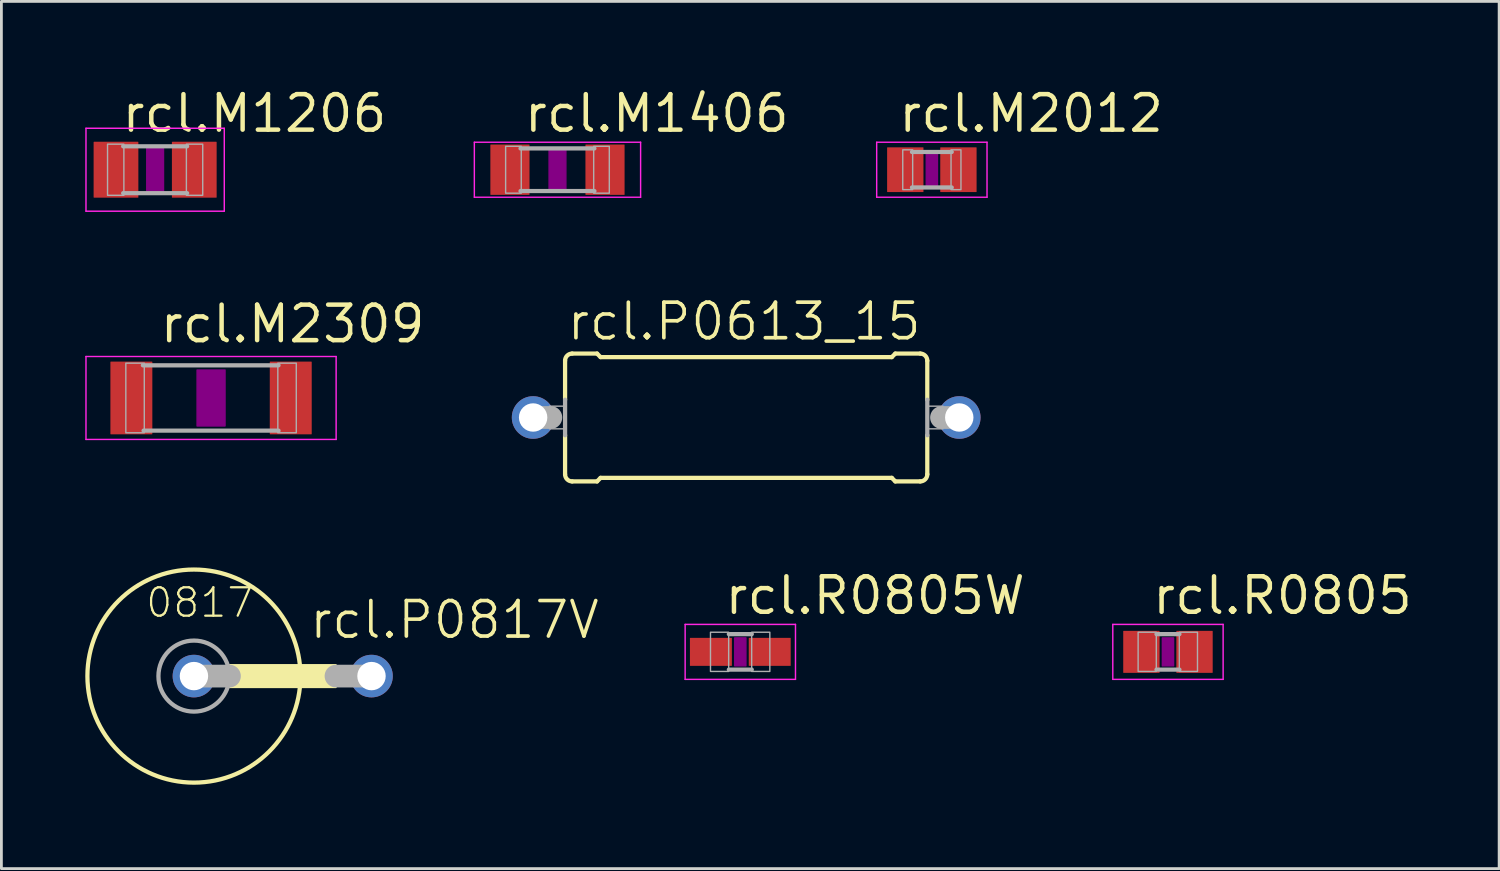
<source format=kicad_pcb>
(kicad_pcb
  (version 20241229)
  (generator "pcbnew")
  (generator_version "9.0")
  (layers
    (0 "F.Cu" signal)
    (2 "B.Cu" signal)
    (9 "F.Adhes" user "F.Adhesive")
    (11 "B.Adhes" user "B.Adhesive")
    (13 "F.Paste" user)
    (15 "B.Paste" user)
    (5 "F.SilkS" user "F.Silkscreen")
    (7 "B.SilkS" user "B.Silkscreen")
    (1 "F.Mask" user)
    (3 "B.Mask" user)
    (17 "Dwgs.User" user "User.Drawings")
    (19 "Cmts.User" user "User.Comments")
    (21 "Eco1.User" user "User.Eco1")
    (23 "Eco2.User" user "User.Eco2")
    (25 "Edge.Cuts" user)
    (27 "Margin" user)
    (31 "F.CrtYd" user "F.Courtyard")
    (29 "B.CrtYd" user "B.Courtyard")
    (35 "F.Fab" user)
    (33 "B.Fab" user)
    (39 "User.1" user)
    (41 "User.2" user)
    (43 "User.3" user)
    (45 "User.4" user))
  (footprint "rcl.R0805W"
    (layer "F.Cu")
    (at 23.426 20.263)
    (property "Reference" "rcl.R0805W" (at -0.635 -1.27 0) (layer "F.SilkS") (effects (font (size 1.27 1.27) (thickness 0.16)) (justify left bottom)))
    (attr smd)
    (fp_rect (start -0.2 0.5) (end 0.2 -0.5) (stroke (width 0.05) (type default)) (fill yes) (layer "F.Adhes"))
    (fp_line (start -1.973 -0.983) (end 1.973 -0.983) (stroke (width 0.051) (type default)) (layer "F.CrtYd"))
    (fp_line (start -1.973 0.983) (end -1.973 -0.983) (stroke (width 0.051) (type default)) (layer "F.CrtYd"))
    (fp_line (start 1.973 -0.983) (end 1.973 0.983) (stroke (width 0.051) (type default)) (layer "F.CrtYd"))
    (fp_line (start 1.973 0.983) (end -1.973 0.983) (stroke (width 0.051) (type default)) (layer "F.CrtYd"))
    (fp_line (start -0.41 -0.635) (end 0.41 -0.635) (stroke (width 0.152) (type default)) (layer "F.Fab"))
    (fp_line (start -0.41 0.635) (end 0.41 0.635) (stroke (width 0.152) (type default)) (layer "F.Fab"))
    (fp_rect (start -1.067 0.699) (end -0.417 -0.702) (stroke (width 0.05) (type default)) (fill no) (layer "F.Fab"))
    (fp_rect (start 0.406 0.699) (end 1.056 -0.702) (stroke (width 0.05) (type default)) (fill no) (layer "F.Fab"))
    (pad "1" smd roundrect (at -1.052 0) (size 1.5 1) (layers "F.Cu" "F.Mask" "F.Paste") (roundrect_rratio 0.01))
    (pad "2" smd roundrect (at 1.052 0) (size 1.5 1) (layers "F.Cu" "F.Mask" "F.Paste") (roundrect_rratio 0.01)))
  (footprint "rcl.P0613_15"
    (layer "F.Cu")
    (at 23.636 11.881)
    (property "Reference" "rcl.P0613_15" (at -6.477 -2.692 0) (layer "F.SilkS") (effects (font (size 1.27 1.27) (thickness 0.13)) (justify left bottom)))
    (attr through_hole)
    (fp_line (start -6.477 -0.635) (end -6.477 -2.032) (stroke (width 0.152) (type default)) (layer "F.SilkS"))
    (fp_line (start -6.477 2.032) (end -6.477 0.635) (stroke (width 0.152) (type default)) (layer "F.SilkS"))
    (fp_line (start -6.223 -2.286) (end -5.334 -2.286) (stroke (width 0.152) (type default)) (layer "F.SilkS"))
    (fp_line (start -6.223 2.286) (end -5.334 2.286) (stroke (width 0.152) (type default)) (layer "F.SilkS"))
    (fp_line (start -5.207 -2.159) (end -5.334 -2.286) (stroke (width 0.152) (type default)) (layer "F.SilkS"))
    (fp_line (start -5.207 2.159) (end -5.334 2.286) (stroke (width 0.152) (type default)) (layer "F.SilkS"))
    (fp_line (start 5.207 -2.159) (end -5.207 -2.159) (stroke (width 0.152) (type default)) (layer "F.SilkS"))
    (fp_line (start 5.207 -2.159) (end 5.334 -2.286) (stroke (width 0.152) (type default)) (layer "F.SilkS"))
    (fp_line (start 5.207 2.159) (end -5.207 2.159) (stroke (width 0.152) (type default)) (layer "F.SilkS"))
    (fp_line (start 5.207 2.159) (end 5.334 2.286) (stroke (width 0.152) (type default)) (layer "F.SilkS"))
    (fp_line (start 6.223 -2.286) (end 5.334 -2.286) (stroke (width 0.152) (type default)) (layer "F.SilkS"))
    (fp_line (start 6.223 2.286) (end 5.334 2.286) (stroke (width 0.152) (type default)) (layer "F.SilkS"))
    (fp_line (start 6.477 -2.032) (end 6.477 -0.635) (stroke (width 0.152) (type default)) (layer "F.SilkS"))
    (fp_line (start 6.477 0.635) (end 6.477 2.032) (stroke (width 0.152) (type default)) (layer "F.SilkS"))
    (fp_arc (start -6.477 -2.032) (mid -6.402605 -2.211605) (end -6.223 -2.286) (stroke (width 0.1524) (type default)) (layer "F.SilkS"))
    (fp_arc (start -6.223 2.286) (mid -6.402605 2.211605) (end -6.477 2.032) (stroke (width 0.1524) (type default)) (layer "F.SilkS"))
    (fp_arc (start 6.223 -2.286) (mid 6.402605 -2.211605) (end 6.477 -2.032) (stroke (width 0.1524) (type default)) (layer "F.SilkS"))
    (fp_arc (start 6.477 2.032) (mid 6.402605 2.211605) (end 6.223 2.286) (stroke (width 0.1524) (type default)) (layer "F.SilkS"))
    (fp_line (start -7.62 0) (end -6.985 0) (stroke (width 0.813) (type default)) (layer "F.Fab"))
    (fp_line (start -6.477 -0.635) (end -6.477 0.635) (stroke (width 0.152) (type default)) (layer "F.Fab"))
    (fp_line (start 6.477 0.635) (end 6.477 -0.635) (stroke (width 0.152) (type default)) (layer "F.Fab"))
    (fp_line (start 7.62 0) (end 6.985 0) (stroke (width 0.813) (type default)) (layer "F.Fab"))
    (fp_rect (start -7.036 0.406) (end -6.477 -0.406) (stroke (width 0.05) (type default)) (fill no) (layer "F.Fab"))
    (fp_rect (start 6.477 0.406) (end 7.036 -0.406) (stroke (width 0.05) (type default)) (fill no) (layer "F.Fab"))
    (pad "1" thru_hole circle (at -7.62 0) (size 1.524 1.524) (drill 1.016) (layers "*.Cu" "*.Mask"))
    (pad "2" thru_hole circle (at 7.62 0) (size 1.524 1.524) (drill 1.016) (layers "*.Cu" "*.Mask")))
  (footprint "rcl.M1206"
    (layer "F.Cu")
    (at 2.498 3.02)
    (property "Reference" "rcl.M1206" (at -1.27 -1.27 0) (layer "F.SilkS") (effects (font (size 1.27 1.27) (thickness 0.16)) (justify left bottom)))
    (attr smd)
    (fp_rect (start -0.3 0.8) (end 0.3 -0.8) (stroke (width 0.05) (type default)) (fill yes) (layer "F.Adhes"))
    (fp_line (start -2.473 -1.483) (end 2.473 -1.483) (stroke (width 0.051) (type default)) (layer "F.CrtYd"))
    (fp_line (start -2.473 1.483) (end -2.473 -1.483) (stroke (width 0.051) (type default)) (layer "F.CrtYd"))
    (fp_line (start 2.473 -1.483) (end 2.473 1.483) (stroke (width 0.051) (type default)) (layer "F.CrtYd"))
    (fp_line (start 2.473 1.483) (end -2.473 1.483) (stroke (width 0.051) (type default)) (layer "F.CrtYd"))
    (fp_line (start 1.143 -0.838) (end -1.143 -0.838) (stroke (width 0.152) (type default)) (layer "F.Fab"))
    (fp_line (start 1.143 0.838) (end -1.143 0.838) (stroke (width 0.152) (type default)) (layer "F.Fab"))
    (fp_rect (start -1.702 0.914) (end -1.118 -0.914) (stroke (width 0.05) (type default)) (fill no) (layer "F.Fab"))
    (fp_rect (start 1.118 0.914) (end 1.702 -0.914) (stroke (width 0.05) (type default)) (fill no) (layer "F.Fab"))
    (pad "1" smd roundrect (at -1.4 0) (size 1.6 2) (layers "F.Cu" "F.Mask" "F.Paste") (roundrect_rratio 0.01))
    (pad "2" smd roundrect (at 1.4 0) (size 1.6 2) (layers "F.Cu" "F.Mask" "F.Paste") (roundrect_rratio 0.01)))
  (footprint "rcl.R0805"
    (layer "F.Cu")
    (at 38.72 20.263)
    (property "Reference" "rcl.R0805" (at -0.635 -1.27 0) (layer "F.SilkS") (effects (font (size 1.27 1.27) (thickness 0.16)) (justify left bottom)))
    (attr smd)
    (fp_rect (start -0.2 0.5) (end 0.2 -0.5) (stroke (width 0.05) (type default)) (fill yes) (layer "F.Adhes"))
    (fp_line (start -1.973 -0.983) (end 1.973 -0.983) (stroke (width 0.051) (type default)) (layer "F.CrtYd"))
    (fp_line (start -1.973 0.983) (end -1.973 -0.983) (stroke (width 0.051) (type default)) (layer "F.CrtYd"))
    (fp_line (start 1.973 -0.983) (end 1.973 0.983) (stroke (width 0.051) (type default)) (layer "F.CrtYd"))
    (fp_line (start 1.973 0.983) (end -1.973 0.983) (stroke (width 0.051) (type default)) (layer "F.CrtYd"))
    (fp_line (start -0.41 -0.635) (end 0.41 -0.635) (stroke (width 0.152) (type default)) (layer "F.Fab"))
    (fp_line (start -0.41 0.635) (end 0.41 0.635) (stroke (width 0.152) (type default)) (layer "F.Fab"))
    (fp_rect (start -1.067 0.699) (end -0.417 -0.702) (stroke (width 0.05) (type default)) (fill no) (layer "F.Fab"))
    (fp_rect (start 0.406 0.699) (end 1.056 -0.702) (stroke (width 0.05) (type default)) (fill no) (layer "F.Fab"))
    (pad "1" smd roundrect (at -0.95 0) (size 1.3 1.5) (layers "F.Cu" "F.Mask" "F.Paste") (roundrect_rratio 0.01))
    (pad "2" smd roundrect (at 0.95 0) (size 1.3 1.5) (layers "F.Cu" "F.Mask" "F.Paste") (roundrect_rratio 0.01)))
  (footprint "rcl.P0817V"
    (layer "F.Cu")
    (at 8.966 21.129)
    (property "Reference" "rcl.P0817V" (at -1.016 -1.27 0) (layer "F.SilkS") (effects (font (size 1.27 1.27) (thickness 0.13)) (justify left bottom)))
    (attr through_hole)
    (fp_rect (start -3.81 0.406) (end 0 -0.406) (stroke (width 0.05) (type default)) (fill yes) (layer "F.SilkS"))
    (fp_circle (center -5.08 0) (end -1.27 0) (stroke (width 0.152) (type default)) (fill no) (layer "F.SilkS"))
    (fp_line (start -3.81 0) (end -5.08 0) (stroke (width 0.813) (type default)) (layer "F.Fab"))
    (fp_line (start 1.27 0) (end 0 0) (stroke (width 0.813) (type default)) (layer "F.Fab"))
    (fp_circle (center -5.08 0) (end -3.81 0) (stroke (width 0.152) (type default)) (fill no) (layer "F.Fab"))
    (fp_text user "0817" (at -6.858 -2.032 0) (layer "F.SilkS") (effects (font (size 1.016 1.016) (thickness 0.08)) (justify left bottom)))
    (pad "1" thru_hole circle (at -5.08 0) (size 1.524 1.524) (drill 1.016) (layers "*.Cu" "*.Mask"))
    (pad "2" thru_hole circle (at 1.27 0) (size 1.524 1.524) (drill 1.016) (layers "*.Cu" "*.Mask")))
  (footprint "rcl.M2309"
    (layer "F.Cu")
    (at 4.498 11.183)
    (property "Reference" "rcl.M2309" (at -1.905 -1.905 0) (layer "F.SilkS") (effects (font (size 1.27 1.27) (thickness 0.16)) (justify left bottom)))
    (attr smd)
    (fp_rect (start -0.5 1) (end 0.5 -1) (stroke (width 0.05) (type default)) (fill yes) (layer "F.Adhes"))
    (fp_line (start -4.473 -1.483) (end 4.473 -1.483) (stroke (width 0.051) (type default)) (layer "F.CrtYd"))
    (fp_line (start -4.473 1.483) (end -4.473 -1.483) (stroke (width 0.051) (type default)) (layer "F.CrtYd"))
    (fp_line (start 4.473 -1.483) (end 4.473 1.483) (stroke (width 0.051) (type default)) (layer "F.CrtYd"))
    (fp_line (start 4.473 1.483) (end -4.473 1.483) (stroke (width 0.051) (type default)) (layer "F.CrtYd"))
    (fp_line (start 2.413 -1.168) (end -2.438 -1.168) (stroke (width 0.152) (type default)) (layer "F.Fab"))
    (fp_line (start 2.413 1.168) (end -2.413 1.168) (stroke (width 0.152) (type default)) (layer "F.Fab"))
    (fp_rect (start -3.048 1.245) (end -2.388 -1.245) (stroke (width 0.05) (type default)) (fill no) (layer "F.Fab"))
    (fp_rect (start 2.388 1.245) (end 3.048 -1.245) (stroke (width 0.05) (type default)) (fill no) (layer "F.Fab"))
    (pad "1" smd roundrect (at -2.85 0) (size 1.5 2.6) (layers "F.Cu" "F.Mask" "F.Paste") (roundrect_rratio 0.01))
    (pad "2" smd roundrect (at 2.85 0) (size 1.5 2.6) (layers "F.Cu" "F.Mask" "F.Paste") (roundrect_rratio 0.01)))
  (footprint "rcl.M1406"
    (layer "F.Cu")
    (at 16.887 3.02)
    (property "Reference" "rcl.M1406" (at -1.27 -1.27 0) (layer "F.SilkS") (effects (font (size 1.27 1.27) (thickness 0.16)) (justify left bottom)))
    (attr smd)
    (fp_rect (start -0.3 0.7) (end 0.3 -0.7) (stroke (width 0.05) (type default)) (fill yes) (layer "F.Adhes"))
    (fp_line (start -2.973 -0.983) (end 2.973 -0.983) (stroke (width 0.051) (type default)) (layer "F.CrtYd"))
    (fp_line (start -2.973 0.983) (end -2.973 -0.983) (stroke (width 0.051) (type default)) (layer "F.CrtYd"))
    (fp_line (start 2.973 -0.983) (end 2.973 0.983) (stroke (width 0.051) (type default)) (layer "F.CrtYd"))
    (fp_line (start 2.973 0.983) (end -2.973 0.983) (stroke (width 0.051) (type default)) (layer "F.CrtYd"))
    (fp_line (start 1.321 -0.762) (end -1.321 -0.762) (stroke (width 0.152) (type default)) (layer "F.Fab"))
    (fp_line (start 1.321 0.762) (end -1.321 0.762) (stroke (width 0.152) (type default)) (layer "F.Fab"))
    (fp_rect (start -1.854 0.838) (end -1.295 -0.838) (stroke (width 0.05) (type default)) (fill no) (layer "F.Fab"))
    (fp_rect (start 1.295 0.838) (end 1.854 -0.838) (stroke (width 0.05) (type default)) (fill no) (layer "F.Fab"))
    (pad "1" smd roundrect (at -1.7 0) (size 1.4 1.8) (layers "F.Cu" "F.Mask" "F.Paste") (roundrect_rratio 0.01))
    (pad "2" smd roundrect (at 1.7 0) (size 1.4 1.8) (layers "F.Cu" "F.Mask" "F.Paste") (roundrect_rratio 0.01)))
  (footprint "rcl.M2012"
    (layer "F.Cu")
    (at 30.276 3.02)
    (property "Reference" "rcl.M2012" (at -1.27 -1.27 0) (layer "F.SilkS") (effects (font (size 1.27 1.27) (thickness 0.16)) (justify left bottom)))
    (attr smd)
    (fp_rect (start -0.2 0.6) (end 0.2 -0.6) (stroke (width 0.05) (type default)) (fill yes) (layer "F.Adhes"))
    (fp_line (start -1.973 -0.983) (end 1.973 -0.983) (stroke (width 0.051) (type default)) (layer "F.CrtYd"))
    (fp_line (start -1.973 0.983) (end -1.973 -0.983) (stroke (width 0.051) (type default)) (layer "F.CrtYd"))
    (fp_line (start 1.973 -0.983) (end 1.973 0.983) (stroke (width 0.051) (type default)) (layer "F.CrtYd"))
    (fp_line (start 1.973 0.983) (end -1.973 0.983) (stroke (width 0.051) (type default)) (layer "F.CrtYd"))
    (fp_line (start 0.711 -0.635) (end -0.711 -0.635) (stroke (width 0.152) (type default)) (layer "F.Fab"))
    (fp_line (start 0.711 0.635) (end -0.711 0.635) (stroke (width 0.152) (type default)) (layer "F.Fab"))
    (fp_rect (start -1.041 0.711) (end -0.686 -0.711) (stroke (width 0.05) (type default)) (fill no) (layer "F.Fab"))
    (fp_rect (start 0.686 0.711) (end 1.041 -0.711) (stroke (width 0.05) (type default)) (fill no) (layer "F.Fab"))
    (pad "1" smd roundrect (at -0.95 0) (size 1.3 1.6) (layers "F.Cu" "F.Mask" "F.Paste") (roundrect_rratio 0.01))
    (pad "2" smd roundrect (at 0.95 0) (size 1.3 1.6) (layers "F.Cu" "F.Mask" "F.Paste") (roundrect_rratio 0.01)))
  (gr_rect
    (start -3 -3)
    (end 50.564 28.015)
    (stroke (width 0.1) (type default))
    (fill no)
    (layer "Edge.Cuts")))
</source>
